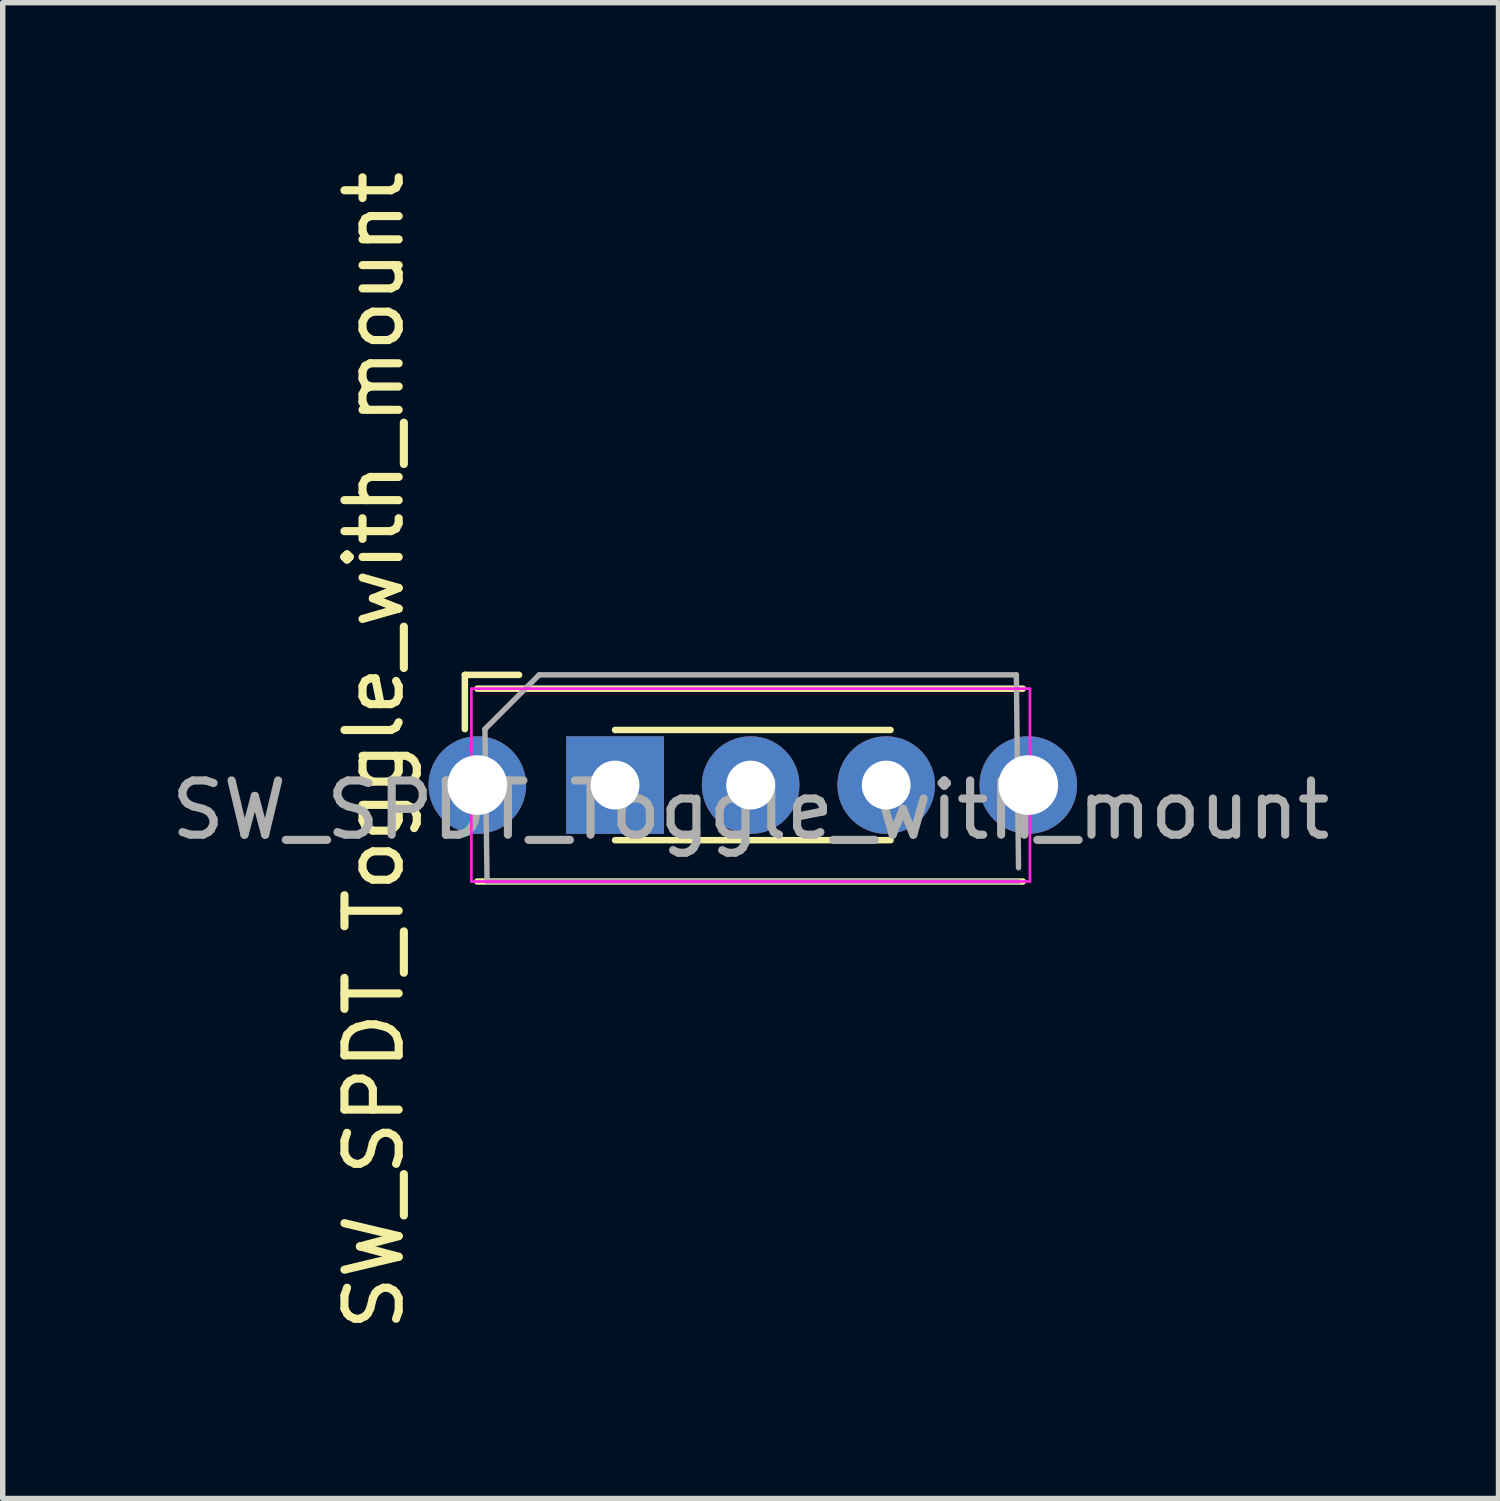
<source format=kicad_pcb>
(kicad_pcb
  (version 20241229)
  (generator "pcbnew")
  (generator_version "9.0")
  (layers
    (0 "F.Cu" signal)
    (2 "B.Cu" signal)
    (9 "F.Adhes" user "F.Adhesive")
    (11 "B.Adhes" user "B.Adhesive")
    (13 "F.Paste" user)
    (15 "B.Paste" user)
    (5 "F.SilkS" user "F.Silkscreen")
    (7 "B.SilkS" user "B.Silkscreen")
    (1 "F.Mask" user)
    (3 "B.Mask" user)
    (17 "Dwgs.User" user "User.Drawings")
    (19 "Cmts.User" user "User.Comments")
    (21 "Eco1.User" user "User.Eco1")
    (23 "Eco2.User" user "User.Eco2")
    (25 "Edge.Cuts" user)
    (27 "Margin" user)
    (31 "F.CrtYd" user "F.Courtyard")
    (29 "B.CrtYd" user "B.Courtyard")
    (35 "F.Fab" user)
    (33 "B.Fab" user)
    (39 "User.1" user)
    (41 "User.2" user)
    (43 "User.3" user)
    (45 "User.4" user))
  (footprint "SW_SPDT_Toggle_with_mount"
    (layer "F.Cu")
    (at 5.752 11.427)
    (property "Reference" "SW_SPDT_Toggle_with_mount" (at -1.905 -0.635 270) (layer "F.SilkS") (effects (font (size 1 1) (thickness 0.15))))
    (attr through_hole)
    (fp_line (start -0.23 -1.032) (end -0.23 -2.032) (stroke (width 0.12) (type solid)) (layer "F.SilkS"))
    (fp_line (start 0.77 -2.032) (end -0.23 -2.032) (stroke (width 0.12) (type solid)) (layer "F.SilkS"))
    (fp_line (start 7.62 -1.016) (end 2.54 -1.016) (stroke (width 0.12) (type solid)) (layer "F.SilkS"))
    (fp_line (start 7.62 1.016) (end 2.54 1.016) (stroke (width 0.12) (type solid)) (layer "F.SilkS"))
    (fp_line (start 10.06 -1.778) (end 0 -1.778) (stroke (width 0.12) (type solid)) (layer "F.SilkS"))
    (fp_line (start 10.06 1.778) (end 0 1.778) (stroke (width 0.12) (type solid)) (layer "F.SilkS"))
    (fp_line (start -0.11 -1.778) (end 10.19 -1.778) (stroke (width 0.05) (type solid)) (layer "F.CrtYd"))
    (fp_line (start -0.11 1.778) (end -0.11 -1.778) (stroke (width 0.05) (type solid)) (layer "F.CrtYd"))
    (fp_line (start -0.11 1.778) (end 10.19 1.778) (stroke (width 0.05) (type solid)) (layer "F.CrtYd"))
    (fp_line (start 10.19 -1.778) (end 10.19 1.778) (stroke (width 0.05) (type solid)) (layer "F.CrtYd"))
    (fp_line (start 0.14 -1.032) (end 1.14 -2.032) (stroke (width 0.1) (type solid)) (layer "F.Fab"))
    (fp_line (start 0.18 1.778) (end 0.14 -1.032) (stroke (width 0.1) (type solid)) (layer "F.Fab"))
    (fp_line (start 1.14 -2.032) (end 9.94 -2.032) (stroke (width 0.1) (type solid)) (layer "F.Fab"))
    (fp_line (start 9.94 -2.032) (end 9.98 1.524) (stroke (width 0.1) (type solid)) (layer "F.Fab"))
    (fp_line (start 9.98 1.778) (end 0.18 1.778) (stroke (width 0.1) (type solid)) (layer "F.Fab"))
    (fp_text user "${REFERENCE}" (at 5.04 0.46 0) (layer "F.Fab") (effects (font (size 1 1) (thickness 0.15))))
    (pad "" thru_hole circle (at 0 0) (size 1.8 1.8) (drill 1.1) (layers "*.Cu" "*.Mask"))
    (pad "" thru_hole circle (at 10.16 0) (size 1.8 1.8) (drill 1.1) (layers "*.Cu" "*.Mask"))
    (pad "1" thru_hole rect (at 2.54 0) (size 1.8 1.8) (drill 0.9) (layers "*.Cu" "*.Mask"))
    (pad "2" thru_hole circle (at 5.04 0) (size 1.8 1.8) (drill 0.9) (layers "*.Cu" "*.Mask"))
    (pad "3" thru_hole circle (at 7.54 0) (size 1.8 1.8) (drill 0.9) (layers "*.Cu" "*.Mask")))
  (gr_rect
    (start -3 -3)
    (end 24.583 24.583)
    (stroke (width 0.1) (type default))
    (fill no)
    (layer "Edge.Cuts")))
</source>
